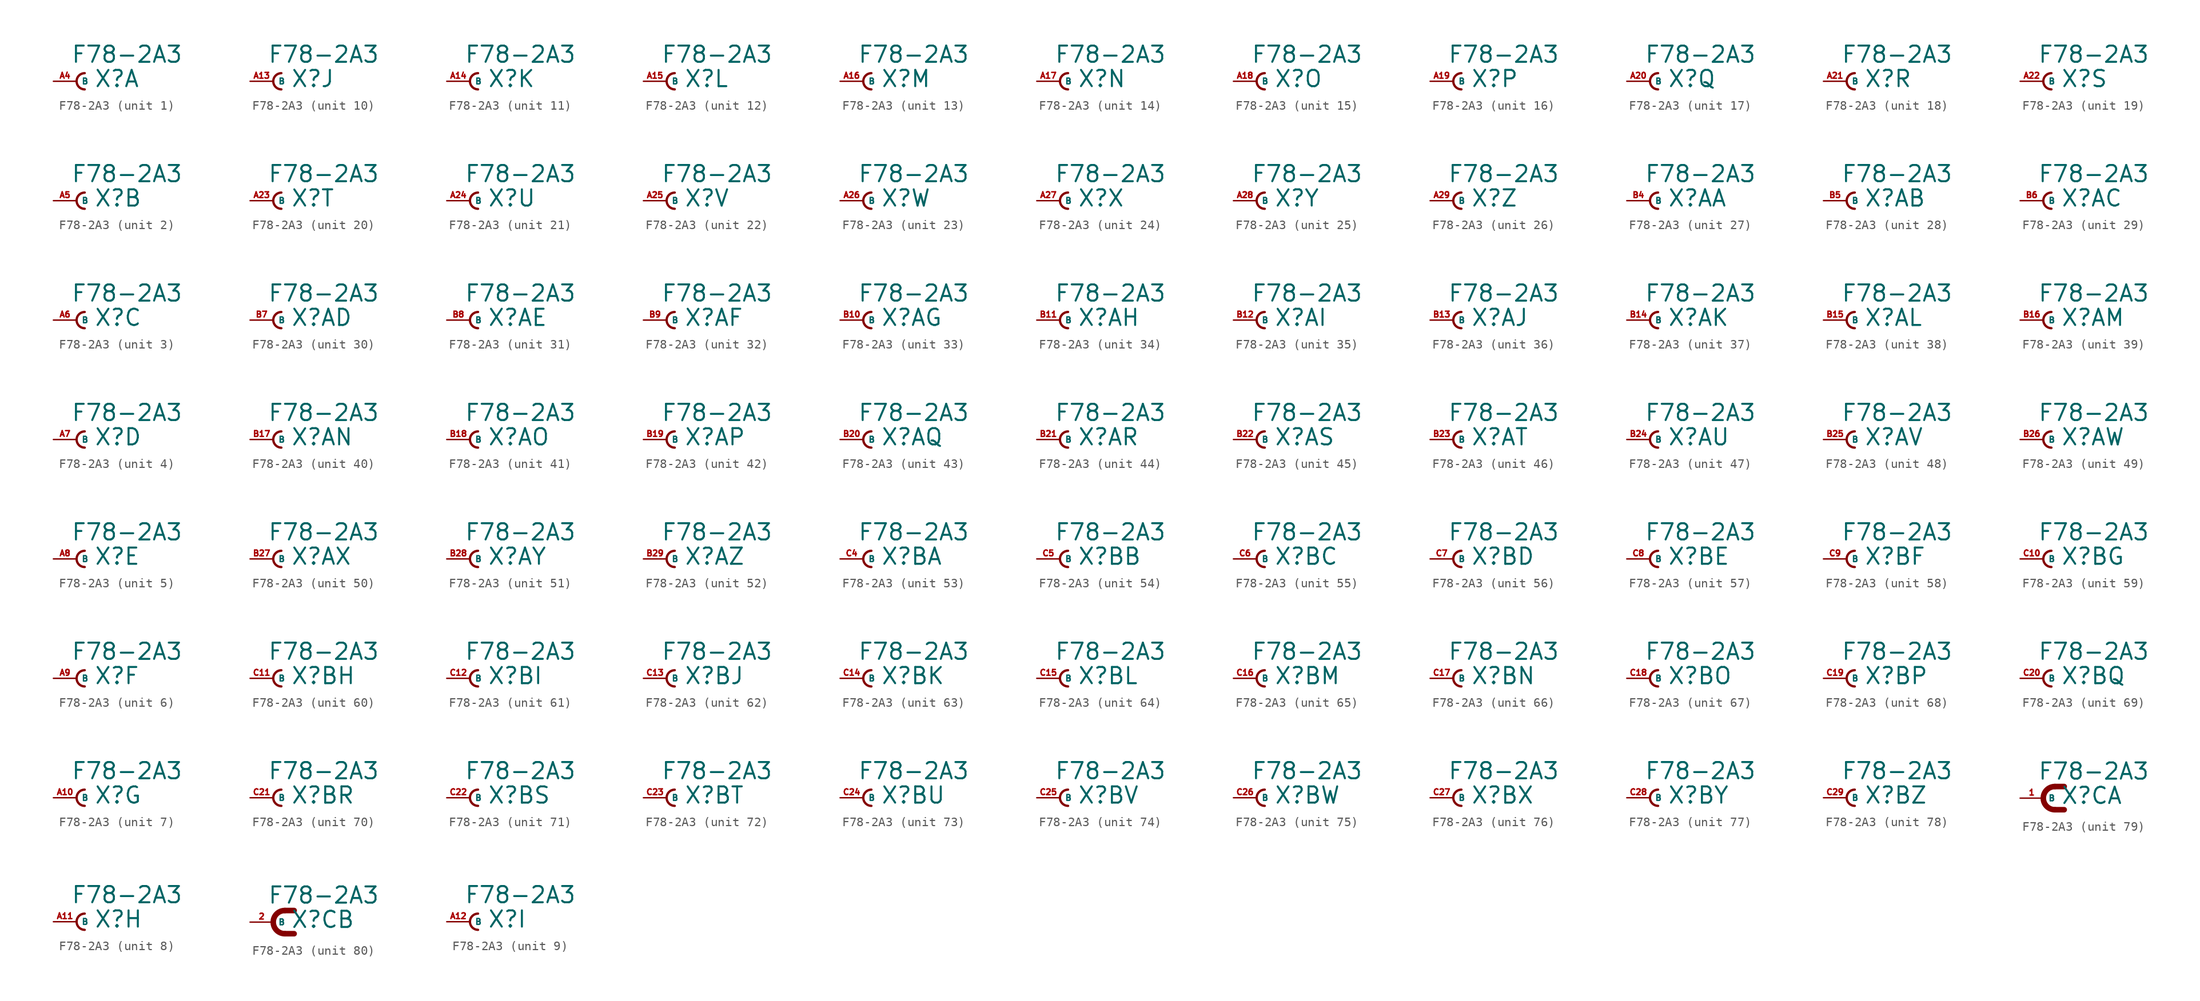
<source format=kicad_sym>
(kicad_symbol_lib
  (version 20220914)
  (generator Eagle2Kicad)
  (symbol "F78-2A3"
    (property "Reference" "X"
      (at 1.905 -0.762 0)
      (effects (font (size 1.778 1.778) (thickness 0.22)) (justify left bottom)))
    (property "Value" "F78-2A3"
      (at -0.635 1.905 0)
      (effects (font (size 1.778 1.778) (thickness 0.22)) (justify left bottom)))
    (symbol "F78-2A3_1_0"
      (arc (start 0.889 0.889) (mid 0.000 0.000) (end 0.889 -0.889) (stroke (width 0.254) (type default)) (fill (type none)))
      (pin passive line (at -2.54 0 0) (length 2.54) (name "B" (effects (font (size 0.635 0.635) (thickness 0.08)) (justify left bottom))) (number "A4" (effects (font (size 0.635 0.635) (thickness 0.08)) (justify left bottom)))))
    (symbol "F78-2A3_2_0"
      (arc (start 0.889 0.889) (mid 0.000 0.000) (end 0.889 -0.889) (stroke (width 0.254) (type default)) (fill (type none)))
      (pin passive line (at -2.54 0 0) (length 2.54) (name "B" (effects (font (size 0.635 0.635) (thickness 0.08)) (justify left bottom))) (number "A5" (effects (font (size 0.635 0.635) (thickness 0.08)) (justify left bottom)))))
    (symbol "F78-2A3_3_0"
      (arc (start 0.889 0.889) (mid 0.000 0.000) (end 0.889 -0.889) (stroke (width 0.254) (type default)) (fill (type none)))
      (pin passive line (at -2.54 0 0) (length 2.54) (name "B" (effects (font (size 0.635 0.635) (thickness 0.08)) (justify left bottom))) (number "A6" (effects (font (size 0.635 0.635) (thickness 0.08)) (justify left bottom)))))
    (symbol "F78-2A3_4_0"
      (arc (start 0.889 0.889) (mid 0.000 0.000) (end 0.889 -0.889) (stroke (width 0.254) (type default)) (fill (type none)))
      (pin passive line (at -2.54 0 0) (length 2.54) (name "B" (effects (font (size 0.635 0.635) (thickness 0.08)) (justify left bottom))) (number "A7" (effects (font (size 0.635 0.635) (thickness 0.08)) (justify left bottom)))))
    (symbol "F78-2A3_5_0"
      (arc (start 0.889 0.889) (mid 0.000 0.000) (end 0.889 -0.889) (stroke (width 0.254) (type default)) (fill (type none)))
      (pin passive line (at -2.54 0 0) (length 2.54) (name "B" (effects (font (size 0.635 0.635) (thickness 0.08)) (justify left bottom))) (number "A8" (effects (font (size 0.635 0.635) (thickness 0.08)) (justify left bottom)))))
    (symbol "F78-2A3_6_0"
      (arc (start 0.889 0.889) (mid 0.000 0.000) (end 0.889 -0.889) (stroke (width 0.254) (type default)) (fill (type none)))
      (pin passive line (at -2.54 0 0) (length 2.54) (name "B" (effects (font (size 0.635 0.635) (thickness 0.08)) (justify left bottom))) (number "A9" (effects (font (size 0.635 0.635) (thickness 0.08)) (justify left bottom)))))
    (symbol "F78-2A3_7_0"
      (arc (start 0.889 0.889) (mid 0.000 0.000) (end 0.889 -0.889) (stroke (width 0.254) (type default)) (fill (type none)))
      (pin passive line (at -2.54 0 0) (length 2.54) (name "B" (effects (font (size 0.635 0.635) (thickness 0.08)) (justify left bottom))) (number "A10" (effects (font (size 0.635 0.635) (thickness 0.08)) (justify left bottom)))))
    (symbol "F78-2A3_8_0"
      (arc (start 0.889 0.889) (mid 0.000 0.000) (end 0.889 -0.889) (stroke (width 0.254) (type default)) (fill (type none)))
      (pin passive line (at -2.54 0 0) (length 2.54) (name "B" (effects (font (size 0.635 0.635) (thickness 0.08)) (justify left bottom))) (number "A11" (effects (font (size 0.635 0.635) (thickness 0.08)) (justify left bottom)))))
    (symbol "F78-2A3_9_0"
      (arc (start 0.889 0.889) (mid 0.000 0.000) (end 0.889 -0.889) (stroke (width 0.254) (type default)) (fill (type none)))
      (pin passive line (at -2.54 0 0) (length 2.54) (name "B" (effects (font (size 0.635 0.635) (thickness 0.08)) (justify left bottom))) (number "A12" (effects (font (size 0.635 0.635) (thickness 0.08)) (justify left bottom)))))
    (symbol "F78-2A3_10_0"
      (arc (start 0.889 0.889) (mid 0.000 0.000) (end 0.889 -0.889) (stroke (width 0.254) (type default)) (fill (type none)))
      (pin passive line (at -2.54 0 0) (length 2.54) (name "B" (effects (font (size 0.635 0.635) (thickness 0.08)) (justify left bottom))) (number "A13" (effects (font (size 0.635 0.635) (thickness 0.08)) (justify left bottom)))))
    (symbol "F78-2A3_11_0"
      (arc (start 0.889 0.889) (mid 0.000 0.000) (end 0.889 -0.889) (stroke (width 0.254) (type default)) (fill (type none)))
      (pin passive line (at -2.54 0 0) (length 2.54) (name "B" (effects (font (size 0.635 0.635) (thickness 0.08)) (justify left bottom))) (number "A14" (effects (font (size 0.635 0.635) (thickness 0.08)) (justify left bottom)))))
    (symbol "F78-2A3_12_0"
      (arc (start 0.889 0.889) (mid 0.000 0.000) (end 0.889 -0.889) (stroke (width 0.254) (type default)) (fill (type none)))
      (pin passive line (at -2.54 0 0) (length 2.54) (name "B" (effects (font (size 0.635 0.635) (thickness 0.08)) (justify left bottom))) (number "A15" (effects (font (size 0.635 0.635) (thickness 0.08)) (justify left bottom)))))
    (symbol "F78-2A3_13_0"
      (arc (start 0.889 0.889) (mid 0.000 0.000) (end 0.889 -0.889) (stroke (width 0.254) (type default)) (fill (type none)))
      (pin passive line (at -2.54 0 0) (length 2.54) (name "B" (effects (font (size 0.635 0.635) (thickness 0.08)) (justify left bottom))) (number "A16" (effects (font (size 0.635 0.635) (thickness 0.08)) (justify left bottom)))))
    (symbol "F78-2A3_14_0"
      (arc (start 0.889 0.889) (mid 0.000 0.000) (end 0.889 -0.889) (stroke (width 0.254) (type default)) (fill (type none)))
      (pin passive line (at -2.54 0 0) (length 2.54) (name "B" (effects (font (size 0.635 0.635) (thickness 0.08)) (justify left bottom))) (number "A17" (effects (font (size 0.635 0.635) (thickness 0.08)) (justify left bottom)))))
    (symbol "F78-2A3_15_0"
      (arc (start 0.889 0.889) (mid 0.000 0.000) (end 0.889 -0.889) (stroke (width 0.254) (type default)) (fill (type none)))
      (pin passive line (at -2.54 0 0) (length 2.54) (name "B" (effects (font (size 0.635 0.635) (thickness 0.08)) (justify left bottom))) (number "A18" (effects (font (size 0.635 0.635) (thickness 0.08)) (justify left bottom)))))
    (symbol "F78-2A3_16_0"
      (arc (start 0.889 0.889) (mid 0.000 0.000) (end 0.889 -0.889) (stroke (width 0.254) (type default)) (fill (type none)))
      (pin passive line (at -2.54 0 0) (length 2.54) (name "B" (effects (font (size 0.635 0.635) (thickness 0.08)) (justify left bottom))) (number "A19" (effects (font (size 0.635 0.635) (thickness 0.08)) (justify left bottom)))))
    (symbol "F78-2A3_17_0"
      (arc (start 0.889 0.889) (mid 0.000 0.000) (end 0.889 -0.889) (stroke (width 0.254) (type default)) (fill (type none)))
      (pin passive line (at -2.54 0 0) (length 2.54) (name "B" (effects (font (size 0.635 0.635) (thickness 0.08)) (justify left bottom))) (number "A20" (effects (font (size 0.635 0.635) (thickness 0.08)) (justify left bottom)))))
    (symbol "F78-2A3_18_0"
      (arc (start 0.889 0.889) (mid 0.000 0.000) (end 0.889 -0.889) (stroke (width 0.254) (type default)) (fill (type none)))
      (pin passive line (at -2.54 0 0) (length 2.54) (name "B" (effects (font (size 0.635 0.635) (thickness 0.08)) (justify left bottom))) (number "A21" (effects (font (size 0.635 0.635) (thickness 0.08)) (justify left bottom)))))
    (symbol "F78-2A3_19_0"
      (arc (start 0.889 0.889) (mid 0.000 0.000) (end 0.889 -0.889) (stroke (width 0.254) (type default)) (fill (type none)))
      (pin passive line (at -2.54 0 0) (length 2.54) (name "B" (effects (font (size 0.635 0.635) (thickness 0.08)) (justify left bottom))) (number "A22" (effects (font (size 0.635 0.635) (thickness 0.08)) (justify left bottom)))))
    (symbol "F78-2A3_20_0"
      (arc (start 0.889 0.889) (mid 0.000 0.000) (end 0.889 -0.889) (stroke (width 0.254) (type default)) (fill (type none)))
      (pin passive line (at -2.54 0 0) (length 2.54) (name "B" (effects (font (size 0.635 0.635) (thickness 0.08)) (justify left bottom))) (number "A23" (effects (font (size 0.635 0.635) (thickness 0.08)) (justify left bottom)))))
    (symbol "F78-2A3_21_0"
      (arc (start 0.889 0.889) (mid 0.000 0.000) (end 0.889 -0.889) (stroke (width 0.254) (type default)) (fill (type none)))
      (pin passive line (at -2.54 0 0) (length 2.54) (name "B" (effects (font (size 0.635 0.635) (thickness 0.08)) (justify left bottom))) (number "A24" (effects (font (size 0.635 0.635) (thickness 0.08)) (justify left bottom)))))
    (symbol "F78-2A3_22_0"
      (arc (start 0.889 0.889) (mid 0.000 0.000) (end 0.889 -0.889) (stroke (width 0.254) (type default)) (fill (type none)))
      (pin passive line (at -2.54 0 0) (length 2.54) (name "B" (effects (font (size 0.635 0.635) (thickness 0.08)) (justify left bottom))) (number "A25" (effects (font (size 0.635 0.635) (thickness 0.08)) (justify left bottom)))))
    (symbol "F78-2A3_23_0"
      (arc (start 0.889 0.889) (mid 0.000 0.000) (end 0.889 -0.889) (stroke (width 0.254) (type default)) (fill (type none)))
      (pin passive line (at -2.54 0 0) (length 2.54) (name "B" (effects (font (size 0.635 0.635) (thickness 0.08)) (justify left bottom))) (number "A26" (effects (font (size 0.635 0.635) (thickness 0.08)) (justify left bottom)))))
    (symbol "F78-2A3_24_0"
      (arc (start 0.889 0.889) (mid 0.000 0.000) (end 0.889 -0.889) (stroke (width 0.254) (type default)) (fill (type none)))
      (pin passive line (at -2.54 0 0) (length 2.54) (name "B" (effects (font (size 0.635 0.635) (thickness 0.08)) (justify left bottom))) (number "A27" (effects (font (size 0.635 0.635) (thickness 0.08)) (justify left bottom)))))
    (symbol "F78-2A3_25_0"
      (arc (start 0.889 0.889) (mid 0.000 0.000) (end 0.889 -0.889) (stroke (width 0.254) (type default)) (fill (type none)))
      (pin passive line (at -2.54 0 0) (length 2.54) (name "B" (effects (font (size 0.635 0.635) (thickness 0.08)) (justify left bottom))) (number "A28" (effects (font (size 0.635 0.635) (thickness 0.08)) (justify left bottom)))))
    (symbol "F78-2A3_26_0"
      (arc (start 0.889 0.889) (mid 0.000 0.000) (end 0.889 -0.889) (stroke (width 0.254) (type default)) (fill (type none)))
      (pin passive line (at -2.54 0 0) (length 2.54) (name "B" (effects (font (size 0.635 0.635) (thickness 0.08)) (justify left bottom))) (number "A29" (effects (font (size 0.635 0.635) (thickness 0.08)) (justify left bottom)))))
    (symbol "F78-2A3_27_0"
      (arc (start 0.889 0.889) (mid 0.000 0.000) (end 0.889 -0.889) (stroke (width 0.254) (type default)) (fill (type none)))
      (pin passive line (at -2.54 0 0) (length 2.54) (name "B" (effects (font (size 0.635 0.635) (thickness 0.08)) (justify left bottom))) (number "B4" (effects (font (size 0.635 0.635) (thickness 0.08)) (justify left bottom)))))
    (symbol "F78-2A3_28_0"
      (arc (start 0.889 0.889) (mid 0.000 0.000) (end 0.889 -0.889) (stroke (width 0.254) (type default)) (fill (type none)))
      (pin passive line (at -2.54 0 0) (length 2.54) (name "B" (effects (font (size 0.635 0.635) (thickness 0.08)) (justify left bottom))) (number "B5" (effects (font (size 0.635 0.635) (thickness 0.08)) (justify left bottom)))))
    (symbol "F78-2A3_29_0"
      (arc (start 0.889 0.889) (mid 0.000 0.000) (end 0.889 -0.889) (stroke (width 0.254) (type default)) (fill (type none)))
      (pin passive line (at -2.54 0 0) (length 2.54) (name "B" (effects (font (size 0.635 0.635) (thickness 0.08)) (justify left bottom))) (number "B6" (effects (font (size 0.635 0.635) (thickness 0.08)) (justify left bottom)))))
    (symbol "F78-2A3_30_0"
      (arc (start 0.889 0.889) (mid 0.000 0.000) (end 0.889 -0.889) (stroke (width 0.254) (type default)) (fill (type none)))
      (pin passive line (at -2.54 0 0) (length 2.54) (name "B" (effects (font (size 0.635 0.635) (thickness 0.08)) (justify left bottom))) (number "B7" (effects (font (size 0.635 0.635) (thickness 0.08)) (justify left bottom)))))
    (symbol "F78-2A3_31_0"
      (arc (start 0.889 0.889) (mid 0.000 0.000) (end 0.889 -0.889) (stroke (width 0.254) (type default)) (fill (type none)))
      (pin passive line (at -2.54 0 0) (length 2.54) (name "B" (effects (font (size 0.635 0.635) (thickness 0.08)) (justify left bottom))) (number "B8" (effects (font (size 0.635 0.635) (thickness 0.08)) (justify left bottom)))))
    (symbol "F78-2A3_32_0"
      (arc (start 0.889 0.889) (mid 0.000 0.000) (end 0.889 -0.889) (stroke (width 0.254) (type default)) (fill (type none)))
      (pin passive line (at -2.54 0 0) (length 2.54) (name "B" (effects (font (size 0.635 0.635) (thickness 0.08)) (justify left bottom))) (number "B9" (effects (font (size 0.635 0.635) (thickness 0.08)) (justify left bottom)))))
    (symbol "F78-2A3_33_0"
      (arc (start 0.889 0.889) (mid 0.000 0.000) (end 0.889 -0.889) (stroke (width 0.254) (type default)) (fill (type none)))
      (pin passive line (at -2.54 0 0) (length 2.54) (name "B" (effects (font (size 0.635 0.635) (thickness 0.08)) (justify left bottom))) (number "B10" (effects (font (size 0.635 0.635) (thickness 0.08)) (justify left bottom)))))
    (symbol "F78-2A3_34_0"
      (arc (start 0.889 0.889) (mid 0.000 0.000) (end 0.889 -0.889) (stroke (width 0.254) (type default)) (fill (type none)))
      (pin passive line (at -2.54 0 0) (length 2.54) (name "B" (effects (font (size 0.635 0.635) (thickness 0.08)) (justify left bottom))) (number "B11" (effects (font (size 0.635 0.635) (thickness 0.08)) (justify left bottom)))))
    (symbol "F78-2A3_35_0"
      (arc (start 0.889 0.889) (mid 0.000 0.000) (end 0.889 -0.889) (stroke (width 0.254) (type default)) (fill (type none)))
      (pin passive line (at -2.54 0 0) (length 2.54) (name "B" (effects (font (size 0.635 0.635) (thickness 0.08)) (justify left bottom))) (number "B12" (effects (font (size 0.635 0.635) (thickness 0.08)) (justify left bottom)))))
    (symbol "F78-2A3_36_0"
      (arc (start 0.889 0.889) (mid 0.000 0.000) (end 0.889 -0.889) (stroke (width 0.254) (type default)) (fill (type none)))
      (pin passive line (at -2.54 0 0) (length 2.54) (name "B" (effects (font (size 0.635 0.635) (thickness 0.08)) (justify left bottom))) (number "B13" (effects (font (size 0.635 0.635) (thickness 0.08)) (justify left bottom)))))
    (symbol "F78-2A3_37_0"
      (arc (start 0.889 0.889) (mid 0.000 0.000) (end 0.889 -0.889) (stroke (width 0.254) (type default)) (fill (type none)))
      (pin passive line (at -2.54 0 0) (length 2.54) (name "B" (effects (font (size 0.635 0.635) (thickness 0.08)) (justify left bottom))) (number "B14" (effects (font (size 0.635 0.635) (thickness 0.08)) (justify left bottom)))))
    (symbol "F78-2A3_38_0"
      (arc (start 0.889 0.889) (mid 0.000 0.000) (end 0.889 -0.889) (stroke (width 0.254) (type default)) (fill (type none)))
      (pin passive line (at -2.54 0 0) (length 2.54) (name "B" (effects (font (size 0.635 0.635) (thickness 0.08)) (justify left bottom))) (number "B15" (effects (font (size 0.635 0.635) (thickness 0.08)) (justify left bottom)))))
    (symbol "F78-2A3_39_0"
      (arc (start 0.889 0.889) (mid 0.000 0.000) (end 0.889 -0.889) (stroke (width 0.254) (type default)) (fill (type none)))
      (pin passive line (at -2.54 0 0) (length 2.54) (name "B" (effects (font (size 0.635 0.635) (thickness 0.08)) (justify left bottom))) (number "B16" (effects (font (size 0.635 0.635) (thickness 0.08)) (justify left bottom)))))
    (symbol "F78-2A3_40_0"
      (arc (start 0.889 0.889) (mid 0.000 0.000) (end 0.889 -0.889) (stroke (width 0.254) (type default)) (fill (type none)))
      (pin passive line (at -2.54 0 0) (length 2.54) (name "B" (effects (font (size 0.635 0.635) (thickness 0.08)) (justify left bottom))) (number "B17" (effects (font (size 0.635 0.635) (thickness 0.08)) (justify left bottom)))))
    (symbol "F78-2A3_41_0"
      (arc (start 0.889 0.889) (mid 0.000 0.000) (end 0.889 -0.889) (stroke (width 0.254) (type default)) (fill (type none)))
      (pin passive line (at -2.54 0 0) (length 2.54) (name "B" (effects (font (size 0.635 0.635) (thickness 0.08)) (justify left bottom))) (number "B18" (effects (font (size 0.635 0.635) (thickness 0.08)) (justify left bottom)))))
    (symbol "F78-2A3_42_0"
      (arc (start 0.889 0.889) (mid 0.000 0.000) (end 0.889 -0.889) (stroke (width 0.254) (type default)) (fill (type none)))
      (pin passive line (at -2.54 0 0) (length 2.54) (name "B" (effects (font (size 0.635 0.635) (thickness 0.08)) (justify left bottom))) (number "B19" (effects (font (size 0.635 0.635) (thickness 0.08)) (justify left bottom)))))
    (symbol "F78-2A3_43_0"
      (arc (start 0.889 0.889) (mid 0.000 0.000) (end 0.889 -0.889) (stroke (width 0.254) (type default)) (fill (type none)))
      (pin passive line (at -2.54 0 0) (length 2.54) (name "B" (effects (font (size 0.635 0.635) (thickness 0.08)) (justify left bottom))) (number "B20" (effects (font (size 0.635 0.635) (thickness 0.08)) (justify left bottom)))))
    (symbol "F78-2A3_44_0"
      (arc (start 0.889 0.889) (mid 0.000 0.000) (end 0.889 -0.889) (stroke (width 0.254) (type default)) (fill (type none)))
      (pin passive line (at -2.54 0 0) (length 2.54) (name "B" (effects (font (size 0.635 0.635) (thickness 0.08)) (justify left bottom))) (number "B21" (effects (font (size 0.635 0.635) (thickness 0.08)) (justify left bottom)))))
    (symbol "F78-2A3_45_0"
      (arc (start 0.889 0.889) (mid 0.000 0.000) (end 0.889 -0.889) (stroke (width 0.254) (type default)) (fill (type none)))
      (pin passive line (at -2.54 0 0) (length 2.54) (name "B" (effects (font (size 0.635 0.635) (thickness 0.08)) (justify left bottom))) (number "B22" (effects (font (size 0.635 0.635) (thickness 0.08)) (justify left bottom)))))
    (symbol "F78-2A3_46_0"
      (arc (start 0.889 0.889) (mid 0.000 0.000) (end 0.889 -0.889) (stroke (width 0.254) (type default)) (fill (type none)))
      (pin passive line (at -2.54 0 0) (length 2.54) (name "B" (effects (font (size 0.635 0.635) (thickness 0.08)) (justify left bottom))) (number "B23" (effects (font (size 0.635 0.635) (thickness 0.08)) (justify left bottom)))))
    (symbol "F78-2A3_47_0"
      (arc (start 0.889 0.889) (mid 0.000 0.000) (end 0.889 -0.889) (stroke (width 0.254) (type default)) (fill (type none)))
      (pin passive line (at -2.54 0 0) (length 2.54) (name "B" (effects (font (size 0.635 0.635) (thickness 0.08)) (justify left bottom))) (number "B24" (effects (font (size 0.635 0.635) (thickness 0.08)) (justify left bottom)))))
    (symbol "F78-2A3_48_0"
      (arc (start 0.889 0.889) (mid 0.000 0.000) (end 0.889 -0.889) (stroke (width 0.254) (type default)) (fill (type none)))
      (pin passive line (at -2.54 0 0) (length 2.54) (name "B" (effects (font (size 0.635 0.635) (thickness 0.08)) (justify left bottom))) (number "B25" (effects (font (size 0.635 0.635) (thickness 0.08)) (justify left bottom)))))
    (symbol "F78-2A3_49_0"
      (arc (start 0.889 0.889) (mid 0.000 0.000) (end 0.889 -0.889) (stroke (width 0.254) (type default)) (fill (type none)))
      (pin passive line (at -2.54 0 0) (length 2.54) (name "B" (effects (font (size 0.635 0.635) (thickness 0.08)) (justify left bottom))) (number "B26" (effects (font (size 0.635 0.635) (thickness 0.08)) (justify left bottom)))))
    (symbol "F78-2A3_50_0"
      (arc (start 0.889 0.889) (mid 0.000 0.000) (end 0.889 -0.889) (stroke (width 0.254) (type default)) (fill (type none)))
      (pin passive line (at -2.54 0 0) (length 2.54) (name "B" (effects (font (size 0.635 0.635) (thickness 0.08)) (justify left bottom))) (number "B27" (effects (font (size 0.635 0.635) (thickness 0.08)) (justify left bottom)))))
    (symbol "F78-2A3_51_0"
      (arc (start 0.889 0.889) (mid 0.000 0.000) (end 0.889 -0.889) (stroke (width 0.254) (type default)) (fill (type none)))
      (pin passive line (at -2.54 0 0) (length 2.54) (name "B" (effects (font (size 0.635 0.635) (thickness 0.08)) (justify left bottom))) (number "B28" (effects (font (size 0.635 0.635) (thickness 0.08)) (justify left bottom)))))
    (symbol "F78-2A3_52_0"
      (arc (start 0.889 0.889) (mid 0.000 0.000) (end 0.889 -0.889) (stroke (width 0.254) (type default)) (fill (type none)))
      (pin passive line (at -2.54 0 0) (length 2.54) (name "B" (effects (font (size 0.635 0.635) (thickness 0.08)) (justify left bottom))) (number "B29" (effects (font (size 0.635 0.635) (thickness 0.08)) (justify left bottom)))))
    (symbol "F78-2A3_53_0"
      (arc (start 0.889 0.889) (mid 0.000 0.000) (end 0.889 -0.889) (stroke (width 0.254) (type default)) (fill (type none)))
      (pin passive line (at -2.54 0 0) (length 2.54) (name "B" (effects (font (size 0.635 0.635) (thickness 0.08)) (justify left bottom))) (number "C4" (effects (font (size 0.635 0.635) (thickness 0.08)) (justify left bottom)))))
    (symbol "F78-2A3_54_0"
      (arc (start 0.889 0.889) (mid 0.000 0.000) (end 0.889 -0.889) (stroke (width 0.254) (type default)) (fill (type none)))
      (pin passive line (at -2.54 0 0) (length 2.54) (name "B" (effects (font (size 0.635 0.635) (thickness 0.08)) (justify left bottom))) (number "C5" (effects (font (size 0.635 0.635) (thickness 0.08)) (justify left bottom)))))
    (symbol "F78-2A3_55_0"
      (arc (start 0.889 0.889) (mid 0.000 0.000) (end 0.889 -0.889) (stroke (width 0.254) (type default)) (fill (type none)))
      (pin passive line (at -2.54 0 0) (length 2.54) (name "B" (effects (font (size 0.635 0.635) (thickness 0.08)) (justify left bottom))) (number "C6" (effects (font (size 0.635 0.635) (thickness 0.08)) (justify left bottom)))))
    (symbol "F78-2A3_56_0"
      (arc (start 0.889 0.889) (mid 0.000 0.000) (end 0.889 -0.889) (stroke (width 0.254) (type default)) (fill (type none)))
      (pin passive line (at -2.54 0 0) (length 2.54) (name "B" (effects (font (size 0.635 0.635) (thickness 0.08)) (justify left bottom))) (number "C7" (effects (font (size 0.635 0.635) (thickness 0.08)) (justify left bottom)))))
    (symbol "F78-2A3_57_0"
      (arc (start 0.889 0.889) (mid 0.000 0.000) (end 0.889 -0.889) (stroke (width 0.254) (type default)) (fill (type none)))
      (pin passive line (at -2.54 0 0) (length 2.54) (name "B" (effects (font (size 0.635 0.635) (thickness 0.08)) (justify left bottom))) (number "C8" (effects (font (size 0.635 0.635) (thickness 0.08)) (justify left bottom)))))
    (symbol "F78-2A3_58_0"
      (arc (start 0.889 0.889) (mid 0.000 0.000) (end 0.889 -0.889) (stroke (width 0.254) (type default)) (fill (type none)))
      (pin passive line (at -2.54 0 0) (length 2.54) (name "B" (effects (font (size 0.635 0.635) (thickness 0.08)) (justify left bottom))) (number "C9" (effects (font (size 0.635 0.635) (thickness 0.08)) (justify left bottom)))))
    (symbol "F78-2A3_59_0"
      (arc (start 0.889 0.889) (mid 0.000 0.000) (end 0.889 -0.889) (stroke (width 0.254) (type default)) (fill (type none)))
      (pin passive line (at -2.54 0 0) (length 2.54) (name "B" (effects (font (size 0.635 0.635) (thickness 0.08)) (justify left bottom))) (number "C10" (effects (font (size 0.635 0.635) (thickness 0.08)) (justify left bottom)))))
    (symbol "F78-2A3_60_0"
      (arc (start 0.889 0.889) (mid 0.000 0.000) (end 0.889 -0.889) (stroke (width 0.254) (type default)) (fill (type none)))
      (pin passive line (at -2.54 0 0) (length 2.54) (name "B" (effects (font (size 0.635 0.635) (thickness 0.08)) (justify left bottom))) (number "C11" (effects (font (size 0.635 0.635) (thickness 0.08)) (justify left bottom)))))
    (symbol "F78-2A3_61_0"
      (arc (start 0.889 0.889) (mid 0.000 0.000) (end 0.889 -0.889) (stroke (width 0.254) (type default)) (fill (type none)))
      (pin passive line (at -2.54 0 0) (length 2.54) (name "B" (effects (font (size 0.635 0.635) (thickness 0.08)) (justify left bottom))) (number "C12" (effects (font (size 0.635 0.635) (thickness 0.08)) (justify left bottom)))))
    (symbol "F78-2A3_62_0"
      (arc (start 0.889 0.889) (mid 0.000 0.000) (end 0.889 -0.889) (stroke (width 0.254) (type default)) (fill (type none)))
      (pin passive line (at -2.54 0 0) (length 2.54) (name "B" (effects (font (size 0.635 0.635) (thickness 0.08)) (justify left bottom))) (number "C13" (effects (font (size 0.635 0.635) (thickness 0.08)) (justify left bottom)))))
    (symbol "F78-2A3_63_0"
      (arc (start 0.889 0.889) (mid 0.000 0.000) (end 0.889 -0.889) (stroke (width 0.254) (type default)) (fill (type none)))
      (pin passive line (at -2.54 0 0) (length 2.54) (name "B" (effects (font (size 0.635 0.635) (thickness 0.08)) (justify left bottom))) (number "C14" (effects (font (size 0.635 0.635) (thickness 0.08)) (justify left bottom)))))
    (symbol "F78-2A3_64_0"
      (arc (start 0.889 0.889) (mid 0.000 0.000) (end 0.889 -0.889) (stroke (width 0.254) (type default)) (fill (type none)))
      (pin passive line (at -2.54 0 0) (length 2.54) (name "B" (effects (font (size 0.635 0.635) (thickness 0.08)) (justify left bottom))) (number "C15" (effects (font (size 0.635 0.635) (thickness 0.08)) (justify left bottom)))))
    (symbol "F78-2A3_65_0"
      (arc (start 0.889 0.889) (mid 0.000 0.000) (end 0.889 -0.889) (stroke (width 0.254) (type default)) (fill (type none)))
      (pin passive line (at -2.54 0 0) (length 2.54) (name "B" (effects (font (size 0.635 0.635) (thickness 0.08)) (justify left bottom))) (number "C16" (effects (font (size 0.635 0.635) (thickness 0.08)) (justify left bottom)))))
    (symbol "F78-2A3_66_0"
      (arc (start 0.889 0.889) (mid 0.000 0.000) (end 0.889 -0.889) (stroke (width 0.254) (type default)) (fill (type none)))
      (pin passive line (at -2.54 0 0) (length 2.54) (name "B" (effects (font (size 0.635 0.635) (thickness 0.08)) (justify left bottom))) (number "C17" (effects (font (size 0.635 0.635) (thickness 0.08)) (justify left bottom)))))
    (symbol "F78-2A3_67_0"
      (arc (start 0.889 0.889) (mid 0.000 0.000) (end 0.889 -0.889) (stroke (width 0.254) (type default)) (fill (type none)))
      (pin passive line (at -2.54 0 0) (length 2.54) (name "B" (effects (font (size 0.635 0.635) (thickness 0.08)) (justify left bottom))) (number "C18" (effects (font (size 0.635 0.635) (thickness 0.08)) (justify left bottom)))))
    (symbol "F78-2A3_68_0"
      (arc (start 0.889 0.889) (mid 0.000 0.000) (end 0.889 -0.889) (stroke (width 0.254) (type default)) (fill (type none)))
      (pin passive line (at -2.54 0 0) (length 2.54) (name "B" (effects (font (size 0.635 0.635) (thickness 0.08)) (justify left bottom))) (number "C19" (effects (font (size 0.635 0.635) (thickness 0.08)) (justify left bottom)))))
    (symbol "F78-2A3_69_0"
      (arc (start 0.889 0.889) (mid 0.000 0.000) (end 0.889 -0.889) (stroke (width 0.254) (type default)) (fill (type none)))
      (pin passive line (at -2.54 0 0) (length 2.54) (name "B" (effects (font (size 0.635 0.635) (thickness 0.08)) (justify left bottom))) (number "C20" (effects (font (size 0.635 0.635) (thickness 0.08)) (justify left bottom)))))
    (symbol "F78-2A3_70_0"
      (arc (start 0.889 0.889) (mid 0.000 0.000) (end 0.889 -0.889) (stroke (width 0.254) (type default)) (fill (type none)))
      (pin passive line (at -2.54 0 0) (length 2.54) (name "B" (effects (font (size 0.635 0.635) (thickness 0.08)) (justify left bottom))) (number "C21" (effects (font (size 0.635 0.635) (thickness 0.08)) (justify left bottom)))))
    (symbol "F78-2A3_71_0"
      (arc (start 0.889 0.889) (mid 0.000 0.000) (end 0.889 -0.889) (stroke (width 0.254) (type default)) (fill (type none)))
      (pin passive line (at -2.54 0 0) (length 2.54) (name "B" (effects (font (size 0.635 0.635) (thickness 0.08)) (justify left bottom))) (number "C22" (effects (font (size 0.635 0.635) (thickness 0.08)) (justify left bottom)))))
    (symbol "F78-2A3_72_0"
      (arc (start 0.889 0.889) (mid 0.000 0.000) (end 0.889 -0.889) (stroke (width 0.254) (type default)) (fill (type none)))
      (pin passive line (at -2.54 0 0) (length 2.54) (name "B" (effects (font (size 0.635 0.635) (thickness 0.08)) (justify left bottom))) (number "C23" (effects (font (size 0.635 0.635) (thickness 0.08)) (justify left bottom)))))
    (symbol "F78-2A3_73_0"
      (arc (start 0.889 0.889) (mid 0.000 0.000) (end 0.889 -0.889) (stroke (width 0.254) (type default)) (fill (type none)))
      (pin passive line (at -2.54 0 0) (length 2.54) (name "B" (effects (font (size 0.635 0.635) (thickness 0.08)) (justify left bottom))) (number "C24" (effects (font (size 0.635 0.635) (thickness 0.08)) (justify left bottom)))))
    (symbol "F78-2A3_74_0"
      (arc (start 0.889 0.889) (mid 0.000 0.000) (end 0.889 -0.889) (stroke (width 0.254) (type default)) (fill (type none)))
      (pin passive line (at -2.54 0 0) (length 2.54) (name "B" (effects (font (size 0.635 0.635) (thickness 0.08)) (justify left bottom))) (number "C25" (effects (font (size 0.635 0.635) (thickness 0.08)) (justify left bottom)))))
    (symbol "F78-2A3_75_0"
      (arc (start 0.889 0.889) (mid 0.000 0.000) (end 0.889 -0.889) (stroke (width 0.254) (type default)) (fill (type none)))
      (pin passive line (at -2.54 0 0) (length 2.54) (name "B" (effects (font (size 0.635 0.635) (thickness 0.08)) (justify left bottom))) (number "C26" (effects (font (size 0.635 0.635) (thickness 0.08)) (justify left bottom)))))
    (symbol "F78-2A3_76_0"
      (arc (start 0.889 0.889) (mid 0.000 0.000) (end 0.889 -0.889) (stroke (width 0.254) (type default)) (fill (type none)))
      (pin passive line (at -2.54 0 0) (length 2.54) (name "B" (effects (font (size 0.635 0.635) (thickness 0.08)) (justify left bottom))) (number "C27" (effects (font (size 0.635 0.635) (thickness 0.08)) (justify left bottom)))))
    (symbol "F78-2A3_77_0"
      (arc (start 0.889 0.889) (mid 0.000 0.000) (end 0.889 -0.889) (stroke (width 0.254) (type default)) (fill (type none)))
      (pin passive line (at -2.54 0 0) (length 2.54) (name "B" (effects (font (size 0.635 0.635) (thickness 0.08)) (justify left bottom))) (number "C28" (effects (font (size 0.635 0.635) (thickness 0.08)) (justify left bottom)))))
    (symbol "F78-2A3_78_0"
      (arc (start 0.889 0.889) (mid 0.000 0.000) (end 0.889 -0.889) (stroke (width 0.254) (type default)) (fill (type none)))
      (pin passive line (at -2.54 0 0) (length 2.54) (name "B" (effects (font (size 0.635 0.635) (thickness 0.08)) (justify left bottom))) (number "C29" (effects (font (size 0.635 0.635) (thickness 0.08)) (justify left bottom)))))
    (symbol "F78-2A3_79_0"
      (arc (start 1.27 1.27) (mid 0.000 0.000) (end 1.27 -1.27) (stroke (width 0.6096) (type default)) (fill (type none)))
      (polyline (pts (xy 1.27 1.27) (xy 2.286 1.27)) (stroke (width 0.61) (type default)) (fill (type none)))
      (polyline (pts (xy 1.27 -1.27) (xy 2.286 -1.27)) (stroke (width 0.61) (type default)) (fill (type none)))
      (pin passive line (at -2.54 0 0) (length 2.54) (name "B" (effects (font (size 0.635 0.635) (thickness 0.08)) (justify left bottom))) (number "1" (effects (font (size 0.635 0.635) (thickness 0.08)) (justify left bottom)))))
    (symbol "F78-2A3_80_0"
      (arc (start 1.27 1.27) (mid 0.000 0.000) (end 1.27 -1.27) (stroke (width 0.6096) (type default)) (fill (type none)))
      (polyline (pts (xy 1.27 1.27) (xy 2.286 1.27)) (stroke (width 0.61) (type default)) (fill (type none)))
      (polyline (pts (xy 1.27 -1.27) (xy 2.286 -1.27)) (stroke (width 0.61) (type default)) (fill (type none)))
      (pin passive line (at -2.54 0 0) (length 2.54) (name "B" (effects (font (size 0.635 0.635) (thickness 0.08)) (justify left bottom))) (number "2" (effects (font (size 0.635 0.635) (thickness 0.08)) (justify left bottom)))))))
</source>
